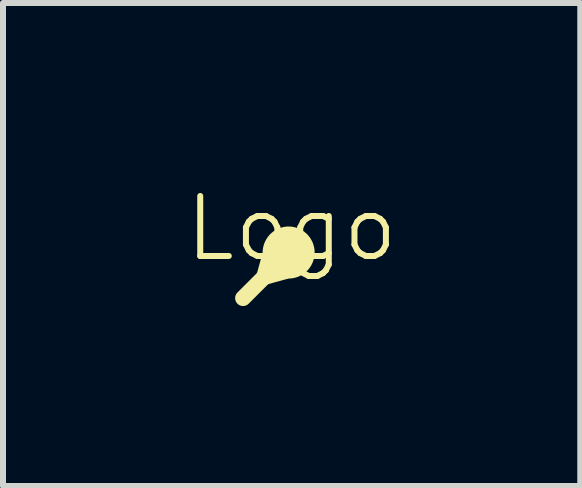
<source format=kicad_pcb>
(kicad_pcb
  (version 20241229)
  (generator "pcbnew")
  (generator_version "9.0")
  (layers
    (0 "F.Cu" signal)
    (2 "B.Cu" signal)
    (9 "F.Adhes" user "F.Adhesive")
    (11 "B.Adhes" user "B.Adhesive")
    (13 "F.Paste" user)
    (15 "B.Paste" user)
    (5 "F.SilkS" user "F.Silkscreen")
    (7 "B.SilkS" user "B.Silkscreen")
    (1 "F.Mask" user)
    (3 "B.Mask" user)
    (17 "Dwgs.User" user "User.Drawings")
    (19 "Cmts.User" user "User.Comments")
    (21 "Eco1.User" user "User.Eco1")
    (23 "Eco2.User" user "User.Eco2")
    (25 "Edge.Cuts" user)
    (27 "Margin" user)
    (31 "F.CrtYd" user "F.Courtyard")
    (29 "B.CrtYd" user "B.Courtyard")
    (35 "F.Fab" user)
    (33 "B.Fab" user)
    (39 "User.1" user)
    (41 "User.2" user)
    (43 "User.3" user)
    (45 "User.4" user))
  (footprint "Logo"
    (layer "F.Cu")
    (at 1.812 1.26)
    (property "Reference" "Logo" (at 0 -0.5 0) (unlocked yes) (layer "F.SilkS") (effects (font (size 1 1) (thickness 0.1))))
    (attr smd)
    (fp_poly (pts (xy -0.041 -0.266) (xy -0.033 -0.265) (xy -0.024 -0.264) (xy -0.016 -0.263) (xy -0.008 -0.261) (xy -0.000194 -0.259) (xy 0.008 -0.256) (xy 0.015 -0.253) (xy 0.022 -0.25) (xy 0.03 -0.246) (xy 0.037 -0.242) (xy 0.043 -0.238) (xy 0.05 -0.233) (xy 0.056 -0.228) (xy 0.062 -0.223) (xy 0.068 -0.217) (xy 0.074 -0.212) (xy 0.079 -0.206) (xy 0.084 -0.199) (xy 0.088 -0.193) (xy 0.093 -0.186) (xy 0.097 -0.179) (xy 0.1 -0.172) (xy 0.104 -0.164) (xy 0.107 -0.157) (xy 0.109 -0.149) (xy 0.112 -0.141) (xy 0.113 -0.133) (xy 0.115 -0.125) (xy 0.116 -0.117) (xy 0.117 -0.108) (xy 0.117 -0.1) (xy 0.117 -0.091) (xy 0.116 -0.083) (xy 0.115 -0.074) (xy 0.113 -0.066) (xy 0.112 -0.058) (xy 0.109 -0.05) (xy 0.107 -0.042) (xy 0.104 -0.035) (xy 0.1 -0.028) (xy 0.097 -0.02) (xy 0.093 -0.013) (xy 0.088 -0.007) (xy 0.084 -0.000096) (xy 0.079 0.006) (xy 0.074 0.012) (xy 0.068 0.018) (xy 0.062 0.024) (xy 0.056 0.029) (xy 0.05 0.034) (xy 0.043 0.038) (xy 0.037 0.043) (xy 0.03 0.047) (xy 0.022 0.05) (xy 0.015 0.054) (xy 0.008 0.057) (xy -0.000194 0.059) (xy -0.008 0.062) (xy -0.016 0.063) (xy -0.024 0.065) (xy -0.033 0.066) (xy -0.041 0.067) (xy -0.05 0.067) (xy -0.058 0.067) (xy -0.067 0.066) (xy -0.075 0.065) (xy -0.083 0.063) (xy -0.091 0.062) (xy -0.099 0.059) (xy -0.107 0.057) (xy -0.114 0.054) (xy -0.122 0.05) (xy -0.129 0.047) (xy -0.136 0.043) (xy -0.143 0.038) (xy -0.149 0.034) (xy -0.156 0.029) (xy -0.162 0.024) (xy -0.167 0.018) (xy -0.173 0.012) (xy -0.178 0.006) (xy -0.183 -0.000096) (xy -0.188 -0.007) (xy -0.192 -0.013) (xy -0.196 -0.02) (xy -0.2 -0.028) (xy -0.203 -0.035) (xy -0.206 -0.042) (xy -0.209 -0.05) (xy -0.211 -0.058) (xy -0.213 -0.066) (xy -0.214 -0.074) (xy -0.215 -0.083) (xy -0.216 -0.091) (xy -0.216 -0.1) (xy -0.216 -0.108) (xy -0.215 -0.117) (xy -0.214 -0.125) (xy -0.213 -0.133) (xy -0.211 -0.141) (xy -0.209 -0.149) (xy -0.206 -0.157) (xy -0.203 -0.164) (xy -0.2 -0.172) (xy -0.196 -0.179) (xy -0.192 -0.186) (xy -0.188 -0.193) (xy -0.183 -0.199) (xy -0.178 -0.206) (xy -0.173 -0.212) (xy -0.167 -0.217) (xy -0.162 -0.223) (xy -0.156 -0.228) (xy -0.149 -0.233) (xy -0.143 -0.238) (xy -0.136 -0.242) (xy -0.129 -0.246) (xy -0.122 -0.25) (xy -0.114 -0.253) (xy -0.107 -0.256) (xy -0.099 -0.259) (xy -0.091 -0.261) (xy -0.083 -0.263) (xy -0.075 -0.264) (xy -0.067 -0.265) (xy -0.058 -0.266) (xy -0.05 -0.266)) (stroke (width -0.000001) (type solid)) (fill yes) (layer "F.Mask"))
    (fp_line (start -0.05 -0.1) (end -0.81 0.66) (stroke (width 0.264) (type solid) (color 184 1 31 1)) (layer "F.SilkS"))
    (fp_poly (pts (xy -0.05 0.333) (xy -0.647 0.497) (xy -0.483 -0.1)) (stroke (width -0.000001) (type solid)) (fill yes) (layer "F.SilkS"))
    (fp_poly (pts (xy -0.033 -0.533) (xy -0.011 -0.532) (xy 0.01 -0.529) (xy 0.03 -0.526) (xy 0.051 -0.521) (xy 0.071 -0.516) (xy 0.091 -0.51) (xy 0.111 -0.502) (xy 0.13 -0.494) (xy 0.148 -0.485) (xy 0.167 -0.475) (xy 0.184 -0.464) (xy 0.202 -0.453) (xy 0.218 -0.44) (xy 0.234 -0.427) (xy 0.25 -0.413) (xy 0.265 -0.398) (xy 0.279 -0.382) (xy 0.292 -0.366) (xy 0.305 -0.349) (xy 0.316 -0.332) (xy 0.327 -0.313) (xy 0.337 -0.294) (xy 0.347 -0.275) (xy 0.355 -0.254) (xy 0.362 -0.234) (xy 0.368 -0.212) (xy 0.374 -0.19) (xy 0.378 -0.169) (xy 0.381 -0.147) (xy 0.383 -0.126) (xy 0.383 -0.104) (xy 0.383 -0.083) (xy 0.382 -0.061) (xy 0.379 -0.04) (xy 0.376 -0.02) (xy 0.371 0.001) (xy 0.366 0.021) (xy 0.36 0.041) (xy 0.352 0.061) (xy 0.344 0.08) (xy 0.335 0.098) (xy 0.325 0.117) (xy 0.314 0.134) (xy 0.303 0.152) (xy 0.29 0.168) (xy 0.277 0.184) (xy 0.263 0.2) (xy 0.248 0.215) (xy 0.232 0.229) (xy 0.216 0.242) (xy 0.199 0.255) (xy 0.182 0.266) (xy 0.163 0.277) (xy 0.144 0.287) (xy 0.125 0.297) (xy 0.104 0.305) (xy 0.084 0.312) (xy 0.062 0.318) (xy 0.04 0.324) (xy 0.019 0.328) (xy -0.003 0.331) (xy -0.024 0.333) (xy -0.046 0.333) (xy -0.067 0.333) (xy -0.089 0.332) (xy -0.11 0.329) (xy -0.13 0.326) (xy -0.151 0.321) (xy -0.171 0.316) (xy -0.191 0.31) (xy -0.211 0.302) (xy -0.23 0.294) (xy -0.248 0.285) (xy -0.267 0.275) (xy -0.284 0.264) (xy -0.302 0.253) (xy -0.318 0.24) (xy -0.334 0.227) (xy -0.35 0.213) (xy -0.365 0.198) (xy -0.379 0.182) (xy -0.392 0.166) (xy -0.405 0.149) (xy -0.416 0.132) (xy -0.427 0.113) (xy -0.437 0.094) (xy -0.447 0.075) (xy -0.455 0.054) (xy -0.462 0.034) (xy -0.468 0.012) (xy -0.474 -0.01) (xy -0.478 -0.031) (xy -0.481 -0.053) (xy -0.483 -0.074) (xy -0.483 -0.096) (xy -0.483 -0.117) (xy -0.482 -0.139) (xy -0.479 -0.16) (xy -0.476 -0.18) (xy -0.471 -0.201) (xy -0.466 -0.221) (xy -0.46 -0.241) (xy -0.452 -0.261) (xy -0.444 -0.28) (xy -0.435 -0.298) (xy -0.425 -0.317) (xy -0.414 -0.334) (xy -0.403 -0.352) (xy -0.39 -0.368) (xy -0.377 -0.384) (xy -0.363 -0.4) (xy -0.348 -0.415) (xy -0.332 -0.429) (xy -0.316 -0.442) (xy -0.299 -0.455) (xy -0.282 -0.466) (xy -0.263 -0.477) (xy -0.244 -0.487) (xy -0.225 -0.497) (xy -0.204 -0.505) (xy -0.184 -0.512) (xy -0.162 -0.518) (xy -0.14 -0.524) (xy -0.119 -0.528) (xy -0.097 -0.531) (xy -0.076 -0.533) (xy -0.054 -0.533)) (stroke (width -0.000001) (type solid)) (fill yes) (layer "F.SilkS")))
  (gr_rect
    (start -3 -3)
    (end 6.624 5.052)
    (stroke (width 0.1) (type default))
    (fill no)
    (layer "Edge.Cuts")))
</source>
